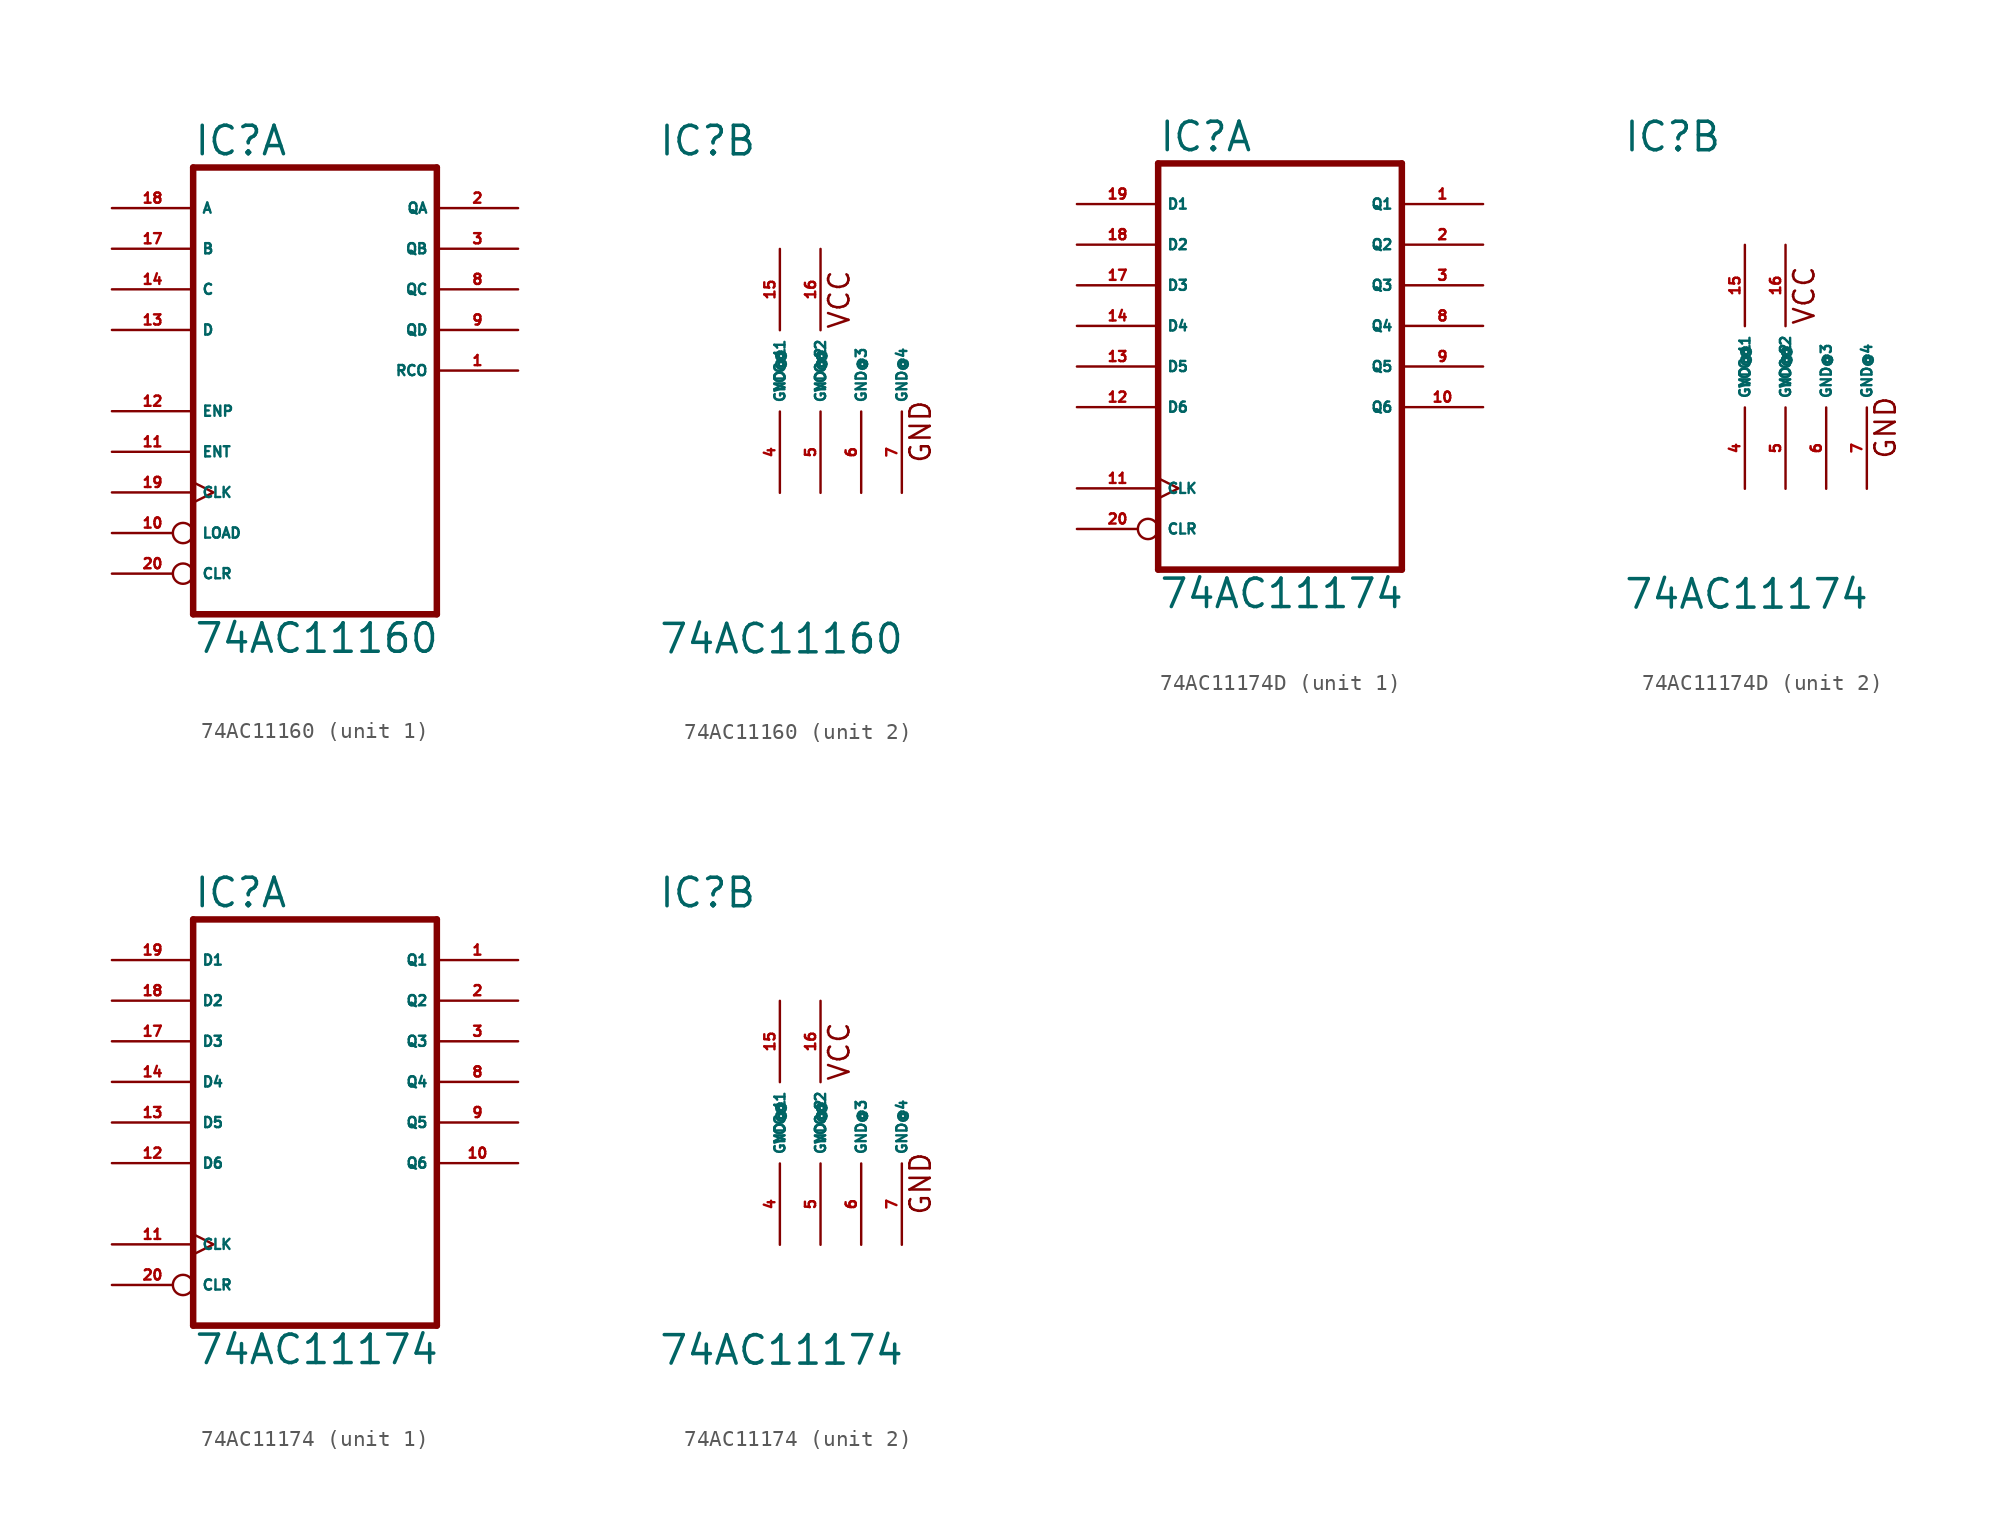
<source format=kicad_sym>
(kicad_symbol_lib
  (version 20220914)
  (generator Eagle2Kicad)
  (symbol "74AC11160"
    (property "Reference" "IC"
      (at -7.62 13.335 0)
      (effects (font (size 1.778 1.778) (thickness 0.22)) (justify left bottom)))
    (property "Value" "74AC11160"
      (at -7.62 -17.78 0)
      (effects (font (size 1.778 1.778) (thickness 0.22)) (justify left bottom)))
    (symbol "74AC11160_1_0"
      (polyline (pts (xy -7.62 -15.24) (xy 7.62 -15.24)) (stroke (width 0.406) (type default)) (fill (type none)))
      (polyline (pts (xy 7.62 -15.24) (xy 7.62 12.7)) (stroke (width 0.406) (type default)) (fill (type none)))
      (polyline (pts (xy 7.62 12.7) (xy -7.62 12.7)) (stroke (width 0.406) (type default)) (fill (type none)))
      (polyline (pts (xy -7.62 12.7) (xy -7.62 -15.24)) (stroke (width 0.406) (type default)) (fill (type none)))
      (pin output line (at 12.7 0 180) (length 5.08) (name "RCO" (effects (font (size 0.635 0.635) (thickness 0.08)) (justify left bottom))) (number "1" (effects (font (size 0.635 0.635) (thickness 0.08)) (justify left bottom))))
      (pin output line (at 12.7 10.16 180) (length 5.08) (name "QA" (effects (font (size 0.635 0.635) (thickness 0.08)) (justify left bottom))) (number "2" (effects (font (size 0.635 0.635) (thickness 0.08)) (justify left bottom))))
      (pin output line (at 12.7 7.62 180) (length 5.08) (name "QB" (effects (font (size 0.635 0.635) (thickness 0.08)) (justify left bottom))) (number "3" (effects (font (size 0.635 0.635) (thickness 0.08)) (justify left bottom))))
      (pin output line (at 12.7 5.08 180) (length 5.08) (name "QC" (effects (font (size 0.635 0.635) (thickness 0.08)) (justify left bottom))) (number "8" (effects (font (size 0.635 0.635) (thickness 0.08)) (justify left bottom))))
      (pin output line (at 12.7 2.54 180) (length 5.08) (name "QD" (effects (font (size 0.635 0.635) (thickness 0.08)) (justify left bottom))) (number "9" (effects (font (size 0.635 0.635) (thickness 0.08)) (justify left bottom))))
      (pin input inverted (at -12.7 -10.16 0) (length 5.08) (name "LOAD" (effects (font (size 0.635 0.635) (thickness 0.08)) (justify left bottom))) (number "10" (effects (font (size 0.635 0.635) (thickness 0.08)) (justify left bottom))))
      (pin input line (at -12.7 -5.08 0) (length 5.08) (name "ENT" (effects (font (size 0.635 0.635) (thickness 0.08)) (justify left bottom))) (number "11" (effects (font (size 0.635 0.635) (thickness 0.08)) (justify left bottom))))
      (pin input line (at -12.7 -2.54 0) (length 5.08) (name "ENP" (effects (font (size 0.635 0.635) (thickness 0.08)) (justify left bottom))) (number "12" (effects (font (size 0.635 0.635) (thickness 0.08)) (justify left bottom))))
      (pin input line (at -12.7 2.54 0) (length 5.08) (name "D" (effects (font (size 0.635 0.635) (thickness 0.08)) (justify left bottom))) (number "13" (effects (font (size 0.635 0.635) (thickness 0.08)) (justify left bottom))))
      (pin input line (at -12.7 5.08 0) (length 5.08) (name "C" (effects (font (size 0.635 0.635) (thickness 0.08)) (justify left bottom))) (number "14" (effects (font (size 0.635 0.635) (thickness 0.08)) (justify left bottom))))
      (pin input line (at -12.7 7.62 0) (length 5.08) (name "B" (effects (font (size 0.635 0.635) (thickness 0.08)) (justify left bottom))) (number "17" (effects (font (size 0.635 0.635) (thickness 0.08)) (justify left bottom))))
      (pin input line (at -12.7 10.16 0) (length 5.08) (name "A" (effects (font (size 0.635 0.635) (thickness 0.08)) (justify left bottom))) (number "18" (effects (font (size 0.635 0.635) (thickness 0.08)) (justify left bottom))))
      (pin input clock (at -12.7 -7.62 0) (length 5.08) (name "CLK" (effects (font (size 0.635 0.635) (thickness 0.08)) (justify left bottom))) (number "19" (effects (font (size 0.635 0.635) (thickness 0.08)) (justify left bottom))))
      (pin input inverted (at -12.7 -12.7 0) (length 5.08) (name "CLR" (effects (font (size 0.635 0.635) (thickness 0.08)) (justify left bottom))) (number "20" (effects (font (size 0.635 0.635) (thickness 0.08)) (justify left bottom)))))
    (symbol "74AC11160_2_0"
      (text "VCC" (at 4.445 2.54 900) (effects (font (size 1.27 1.27) (thickness 0.16)) (justify left bottom)))
      (text "GND" (at 9.525 -5.842 900) (effects (font (size 1.27 1.27) (thickness 0.16)) (justify left bottom)))
      (pin unspecified line (at 0 -7.62 90) (length 5.08) (name "GND@1" (effects (font (size 0.635 0.635) (thickness 0.08)) (justify left bottom))) (number "4" (effects (font (size 0.635 0.635) (thickness 0.08)) (justify left bottom))))
      (pin unspecified line (at 2.54 -7.62 90) (length 5.08) (name "GND@2" (effects (font (size 0.635 0.635) (thickness 0.08)) (justify left bottom))) (number "5" (effects (font (size 0.635 0.635) (thickness 0.08)) (justify left bottom))))
      (pin unspecified line (at 5.08 -7.62 90) (length 5.08) (name "GND@3" (effects (font (size 0.635 0.635) (thickness 0.08)) (justify left bottom))) (number "6" (effects (font (size 0.635 0.635) (thickness 0.08)) (justify left bottom))))
      (pin unspecified line (at 7.62 -7.62 90) (length 5.08) (name "GND@4" (effects (font (size 0.635 0.635) (thickness 0.08)) (justify left bottom))) (number "7" (effects (font (size 0.635 0.635) (thickness 0.08)) (justify left bottom))))
      (pin unspecified line (at 0 7.62 270) (length 5.08) (name "VCC@1" (effects (font (size 0.635 0.635) (thickness 0.08)) (justify left bottom))) (number "15" (effects (font (size 0.635 0.635) (thickness 0.08)) (justify left bottom))))
      (pin unspecified line (at 2.54 7.62 270) (length 5.08) (name "VCC@2" (effects (font (size 0.635 0.635) (thickness 0.08)) (justify left bottom))) (number "16" (effects (font (size 0.635 0.635) (thickness 0.08)) (justify left bottom))))))
  (symbol "74AC11174D"
    (property "Reference" "IC"
      (at -7.62 13.335 0)
      (effects (font (size 1.778 1.778) (thickness 0.22)) (justify left bottom)))
    (property "Value" "74AC11174"
      (at -7.62 -15.24 0)
      (effects (font (size 1.778 1.778) (thickness 0.22)) (justify left bottom)))
    (symbol "74AC11174D_1_0"
      (polyline (pts (xy -7.62 -12.7) (xy 7.62 -12.7)) (stroke (width 0.406) (type default)) (fill (type none)))
      (polyline (pts (xy 7.62 -12.7) (xy 7.62 12.7)) (stroke (width 0.406) (type default)) (fill (type none)))
      (polyline (pts (xy 7.62 12.7) (xy -7.62 12.7)) (stroke (width 0.406) (type default)) (fill (type none)))
      (polyline (pts (xy -7.62 12.7) (xy -7.62 -12.7)) (stroke (width 0.406) (type default)) (fill (type none)))
      (pin output line (at 12.7 10.16 180) (length 5.08) (name "Q1" (effects (font (size 0.635 0.635) (thickness 0.08)) (justify left bottom))) (number "1" (effects (font (size 0.635 0.635) (thickness 0.08)) (justify left bottom))))
      (pin output line (at 12.7 7.62 180) (length 5.08) (name "Q2" (effects (font (size 0.635 0.635) (thickness 0.08)) (justify left bottom))) (number "2" (effects (font (size 0.635 0.635) (thickness 0.08)) (justify left bottom))))
      (pin output line (at 12.7 5.08 180) (length 5.08) (name "Q3" (effects (font (size 0.635 0.635) (thickness 0.08)) (justify left bottom))) (number "3" (effects (font (size 0.635 0.635) (thickness 0.08)) (justify left bottom))))
      (pin output line (at 12.7 2.54 180) (length 5.08) (name "Q4" (effects (font (size 0.635 0.635) (thickness 0.08)) (justify left bottom))) (number "8" (effects (font (size 0.635 0.635) (thickness 0.08)) (justify left bottom))))
      (pin output line (at 12.7 0 180) (length 5.08) (name "Q5" (effects (font (size 0.635 0.635) (thickness 0.08)) (justify left bottom))) (number "9" (effects (font (size 0.635 0.635) (thickness 0.08)) (justify left bottom))))
      (pin output line (at 12.7 -2.54 180) (length 5.08) (name "Q6" (effects (font (size 0.635 0.635) (thickness 0.08)) (justify left bottom))) (number "10" (effects (font (size 0.635 0.635) (thickness 0.08)) (justify left bottom))))
      (pin input clock (at -12.7 -7.62 0) (length 5.08) (name "CLK" (effects (font (size 0.635 0.635) (thickness 0.08)) (justify left bottom))) (number "11" (effects (font (size 0.635 0.635) (thickness 0.08)) (justify left bottom))))
      (pin input line (at -12.7 -2.54 0) (length 5.08) (name "D6" (effects (font (size 0.635 0.635) (thickness 0.08)) (justify left bottom))) (number "12" (effects (font (size 0.635 0.635) (thickness 0.08)) (justify left bottom))))
      (pin input line (at -12.7 0 0) (length 5.08) (name "D5" (effects (font (size 0.635 0.635) (thickness 0.08)) (justify left bottom))) (number "13" (effects (font (size 0.635 0.635) (thickness 0.08)) (justify left bottom))))
      (pin input line (at -12.7 2.54 0) (length 5.08) (name "D4" (effects (font (size 0.635 0.635) (thickness 0.08)) (justify left bottom))) (number "14" (effects (font (size 0.635 0.635) (thickness 0.08)) (justify left bottom))))
      (pin input line (at -12.7 5.08 0) (length 5.08) (name "D3" (effects (font (size 0.635 0.635) (thickness 0.08)) (justify left bottom))) (number "17" (effects (font (size 0.635 0.635) (thickness 0.08)) (justify left bottom))))
      (pin input line (at -12.7 7.62 0) (length 5.08) (name "D2" (effects (font (size 0.635 0.635) (thickness 0.08)) (justify left bottom))) (number "18" (effects (font (size 0.635 0.635) (thickness 0.08)) (justify left bottom))))
      (pin input line (at -12.7 10.16 0) (length 5.08) (name "D1" (effects (font (size 0.635 0.635) (thickness 0.08)) (justify left bottom))) (number "19" (effects (font (size 0.635 0.635) (thickness 0.08)) (justify left bottom))))
      (pin input inverted (at -12.7 -10.16 0) (length 5.08) (name "CLR" (effects (font (size 0.635 0.635) (thickness 0.08)) (justify left bottom))) (number "20" (effects (font (size 0.635 0.635) (thickness 0.08)) (justify left bottom)))))
    (symbol "74AC11174D_2_0"
      (text "VCC" (at 4.445 2.54 900) (effects (font (size 1.27 1.27) (thickness 0.16)) (justify left bottom)))
      (text "GND" (at 9.525 -5.842 900) (effects (font (size 1.27 1.27) (thickness 0.16)) (justify left bottom)))
      (pin unspecified line (at 0 -7.62 90) (length 5.08) (name "GND@1" (effects (font (size 0.635 0.635) (thickness 0.08)) (justify left bottom))) (number "4" (effects (font (size 0.635 0.635) (thickness 0.08)) (justify left bottom))))
      (pin unspecified line (at 2.54 -7.62 90) (length 5.08) (name "GND@2" (effects (font (size 0.635 0.635) (thickness 0.08)) (justify left bottom))) (number "5" (effects (font (size 0.635 0.635) (thickness 0.08)) (justify left bottom))))
      (pin unspecified line (at 5.08 -7.62 90) (length 5.08) (name "GND@3" (effects (font (size 0.635 0.635) (thickness 0.08)) (justify left bottom))) (number "6" (effects (font (size 0.635 0.635) (thickness 0.08)) (justify left bottom))))
      (pin unspecified line (at 7.62 -7.62 90) (length 5.08) (name "GND@4" (effects (font (size 0.635 0.635) (thickness 0.08)) (justify left bottom))) (number "7" (effects (font (size 0.635 0.635) (thickness 0.08)) (justify left bottom))))
      (pin unspecified line (at 0 7.62 270) (length 5.08) (name "VCC@1" (effects (font (size 0.635 0.635) (thickness 0.08)) (justify left bottom))) (number "15" (effects (font (size 0.635 0.635) (thickness 0.08)) (justify left bottom))))
      (pin unspecified line (at 2.54 7.62 270) (length 5.08) (name "VCC@2" (effects (font (size 0.635 0.635) (thickness 0.08)) (justify left bottom))) (number "16" (effects (font (size 0.635 0.635) (thickness 0.08)) (justify left bottom))))))
  (symbol "74AC11174"
    (property "Reference" "IC"
      (at -7.62 13.335 0)
      (effects (font (size 1.778 1.778) (thickness 0.22)) (justify left bottom)))
    (property "Value" "74AC11174"
      (at -7.62 -15.24 0)
      (effects (font (size 1.778 1.778) (thickness 0.22)) (justify left bottom)))
    (symbol "74AC11174_1_0"
      (polyline (pts (xy -7.62 -12.7) (xy 7.62 -12.7)) (stroke (width 0.406) (type default)) (fill (type none)))
      (polyline (pts (xy 7.62 -12.7) (xy 7.62 12.7)) (stroke (width 0.406) (type default)) (fill (type none)))
      (polyline (pts (xy 7.62 12.7) (xy -7.62 12.7)) (stroke (width 0.406) (type default)) (fill (type none)))
      (polyline (pts (xy -7.62 12.7) (xy -7.62 -12.7)) (stroke (width 0.406) (type default)) (fill (type none)))
      (pin output line (at 12.7 10.16 180) (length 5.08) (name "Q1" (effects (font (size 0.635 0.635) (thickness 0.08)) (justify left bottom))) (number "1" (effects (font (size 0.635 0.635) (thickness 0.08)) (justify left bottom))))
      (pin output line (at 12.7 7.62 180) (length 5.08) (name "Q2" (effects (font (size 0.635 0.635) (thickness 0.08)) (justify left bottom))) (number "2" (effects (font (size 0.635 0.635) (thickness 0.08)) (justify left bottom))))
      (pin output line (at 12.7 5.08 180) (length 5.08) (name "Q3" (effects (font (size 0.635 0.635) (thickness 0.08)) (justify left bottom))) (number "3" (effects (font (size 0.635 0.635) (thickness 0.08)) (justify left bottom))))
      (pin output line (at 12.7 2.54 180) (length 5.08) (name "Q4" (effects (font (size 0.635 0.635) (thickness 0.08)) (justify left bottom))) (number "8" (effects (font (size 0.635 0.635) (thickness 0.08)) (justify left bottom))))
      (pin output line (at 12.7 0 180) (length 5.08) (name "Q5" (effects (font (size 0.635 0.635) (thickness 0.08)) (justify left bottom))) (number "9" (effects (font (size 0.635 0.635) (thickness 0.08)) (justify left bottom))))
      (pin output line (at 12.7 -2.54 180) (length 5.08) (name "Q6" (effects (font (size 0.635 0.635) (thickness 0.08)) (justify left bottom))) (number "10" (effects (font (size 0.635 0.635) (thickness 0.08)) (justify left bottom))))
      (pin input clock (at -12.7 -7.62 0) (length 5.08) (name "CLK" (effects (font (size 0.635 0.635) (thickness 0.08)) (justify left bottom))) (number "11" (effects (font (size 0.635 0.635) (thickness 0.08)) (justify left bottom))))
      (pin input line (at -12.7 -2.54 0) (length 5.08) (name "D6" (effects (font (size 0.635 0.635) (thickness 0.08)) (justify left bottom))) (number "12" (effects (font (size 0.635 0.635) (thickness 0.08)) (justify left bottom))))
      (pin input line (at -12.7 0 0) (length 5.08) (name "D5" (effects (font (size 0.635 0.635) (thickness 0.08)) (justify left bottom))) (number "13" (effects (font (size 0.635 0.635) (thickness 0.08)) (justify left bottom))))
      (pin input line (at -12.7 2.54 0) (length 5.08) (name "D4" (effects (font (size 0.635 0.635) (thickness 0.08)) (justify left bottom))) (number "14" (effects (font (size 0.635 0.635) (thickness 0.08)) (justify left bottom))))
      (pin input line (at -12.7 5.08 0) (length 5.08) (name "D3" (effects (font (size 0.635 0.635) (thickness 0.08)) (justify left bottom))) (number "17" (effects (font (size 0.635 0.635) (thickness 0.08)) (justify left bottom))))
      (pin input line (at -12.7 7.62 0) (length 5.08) (name "D2" (effects (font (size 0.635 0.635) (thickness 0.08)) (justify left bottom))) (number "18" (effects (font (size 0.635 0.635) (thickness 0.08)) (justify left bottom))))
      (pin input line (at -12.7 10.16 0) (length 5.08) (name "D1" (effects (font (size 0.635 0.635) (thickness 0.08)) (justify left bottom))) (number "19" (effects (font (size 0.635 0.635) (thickness 0.08)) (justify left bottom))))
      (pin input inverted (at -12.7 -10.16 0) (length 5.08) (name "CLR" (effects (font (size 0.635 0.635) (thickness 0.08)) (justify left bottom))) (number "20" (effects (font (size 0.635 0.635) (thickness 0.08)) (justify left bottom)))))
    (symbol "74AC11174_2_0"
      (text "VCC" (at 4.445 2.54 900) (effects (font (size 1.27 1.27) (thickness 0.16)) (justify left bottom)))
      (text "GND" (at 9.525 -5.842 900) (effects (font (size 1.27 1.27) (thickness 0.16)) (justify left bottom)))
      (pin unspecified line (at 0 -7.62 90) (length 5.08) (name "GND@1" (effects (font (size 0.635 0.635) (thickness 0.08)) (justify left bottom))) (number "4" (effects (font (size 0.635 0.635) (thickness 0.08)) (justify left bottom))))
      (pin unspecified line (at 2.54 -7.62 90) (length 5.08) (name "GND@2" (effects (font (size 0.635 0.635) (thickness 0.08)) (justify left bottom))) (number "5" (effects (font (size 0.635 0.635) (thickness 0.08)) (justify left bottom))))
      (pin unspecified line (at 5.08 -7.62 90) (length 5.08) (name "GND@3" (effects (font (size 0.635 0.635) (thickness 0.08)) (justify left bottom))) (number "6" (effects (font (size 0.635 0.635) (thickness 0.08)) (justify left bottom))))
      (pin unspecified line (at 7.62 -7.62 90) (length 5.08) (name "GND@4" (effects (font (size 0.635 0.635) (thickness 0.08)) (justify left bottom))) (number "7" (effects (font (size 0.635 0.635) (thickness 0.08)) (justify left bottom))))
      (pin unspecified line (at 0 7.62 270) (length 5.08) (name "VCC@1" (effects (font (size 0.635 0.635) (thickness 0.08)) (justify left bottom))) (number "15" (effects (font (size 0.635 0.635) (thickness 0.08)) (justify left bottom))))
      (pin unspecified line (at 2.54 7.62 270) (length 5.08) (name "VCC@2" (effects (font (size 0.635 0.635) (thickness 0.08)) (justify left bottom))) (number "16" (effects (font (size 0.635 0.635) (thickness 0.08)) (justify left bottom)))))))
</source>
